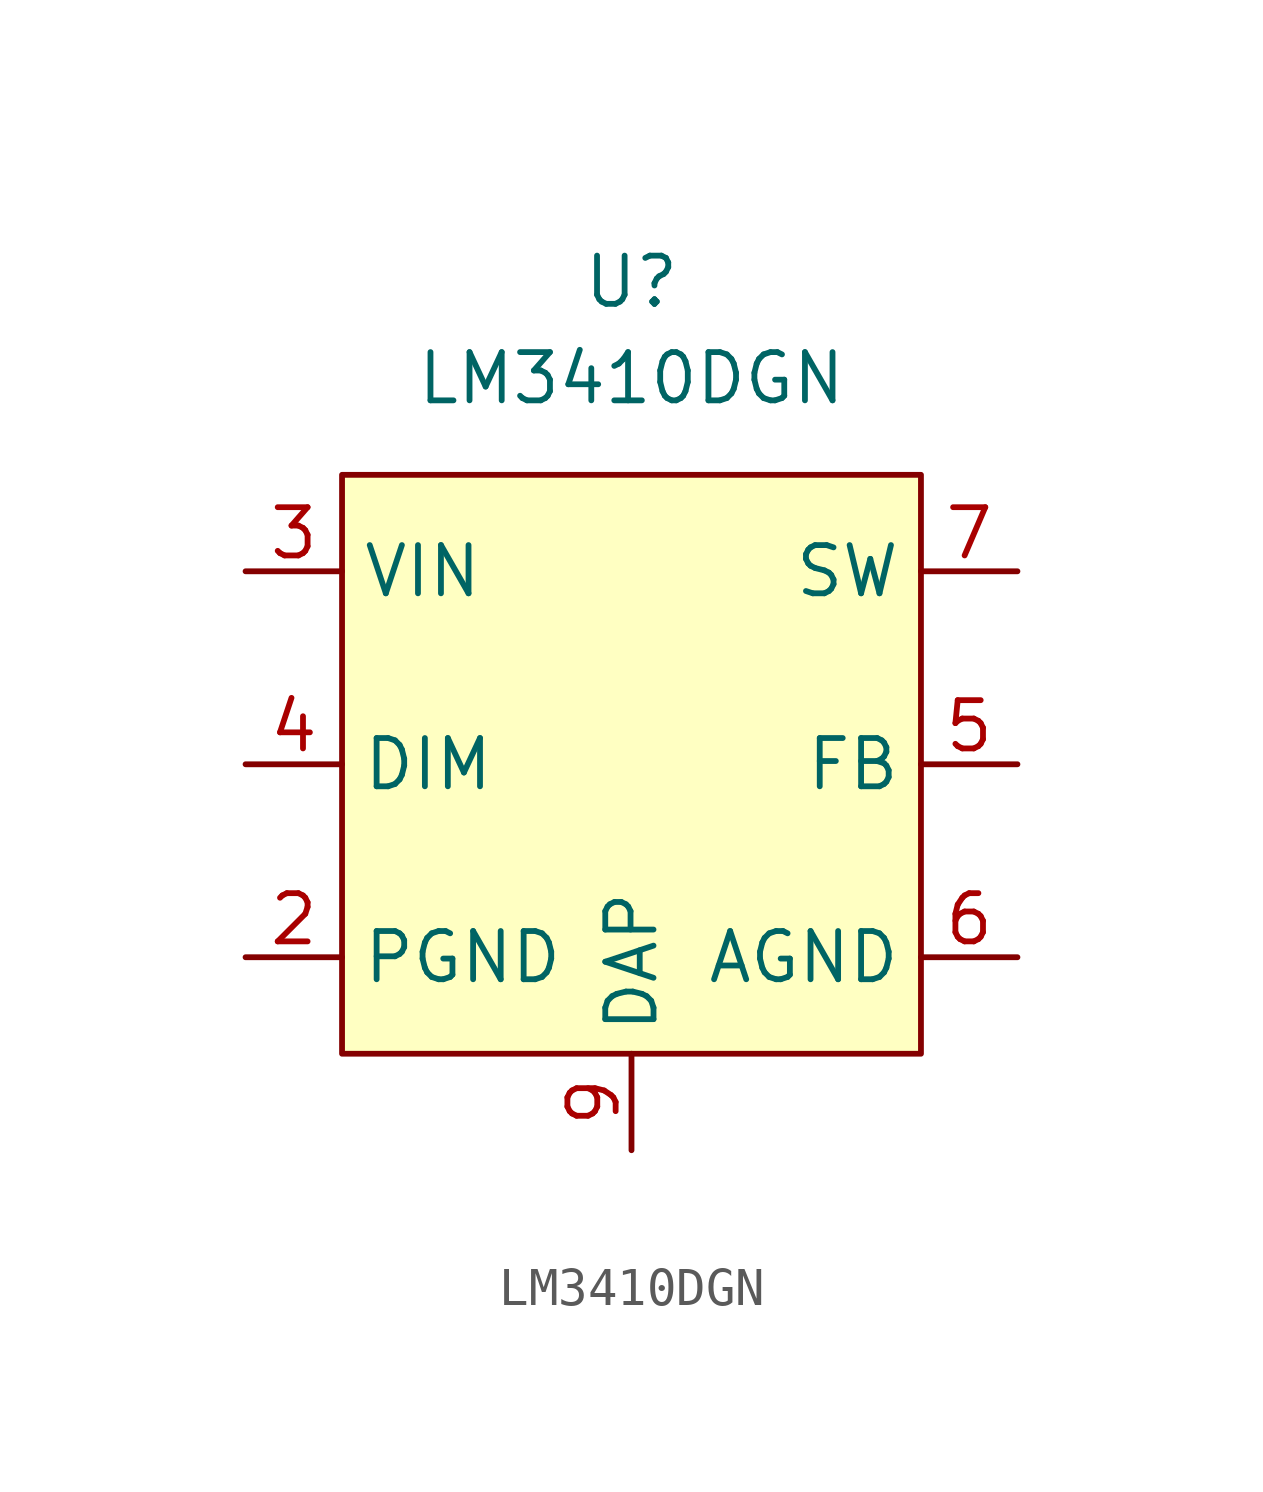
<source format=kicad_sym>
(kicad_symbol_lib
  (version 20220914)
  (generator kicad_symbol_editor)
  (symbol "LM3410DGN"
    (property "Reference" "U"
      (at 0 12.7 0)
      (effects (font (size 1.27 1.27))))
    (property "Value" "LM3410DGN"
      (at 0 10.16 0)
      (effects (font (size 1.27 1.27))))
    (symbol "LM3410DGN_1_1"
      (rectangle (start -7.62 7.62) (end 7.62 -7.62) (stroke (width 0) (type default)) (fill (type background)))
      (pin power_in line (at -10.16 -5.08 0) (length 2.54) (name "PGND" (effects (font (size 1.27 1.27)))) (number "2" (effects (font (size 1.27 1.27)))))
      (pin power_in line (at -10.16 5.08 0) (length 2.54) (name "VIN" (effects (font (size 1.27 1.27)))) (number "3" (effects (font (size 1.27 1.27)))))
      (pin input line (at -10.16 0 0) (length 2.54) (name "DIM" (effects (font (size 1.27 1.27)))) (number "4" (effects (font (size 1.27 1.27)))))
      (pin input line (at 10.16 0 180) (length 2.54) (name "FB" (effects (font (size 1.27 1.27)))) (number "5" (effects (font (size 1.27 1.27)))))
      (pin power_in line (at 10.16 -5.08 180) (length 2.54) (name "AGND" (effects (font (size 1.27 1.27)))) (number "6" (effects (font (size 1.27 1.27)))))
      (pin power_out line (at 10.16 5.08 180) (length 2.54) (name "SW" (effects (font (size 1.27 1.27)))) (number "7" (effects (font (size 1.27 1.27)))))
      (pin power_in line (at 0 -10.16 90) (length 2.54) (name "DAP" (effects (font (size 1.27 1.27)))) (number "9" (effects (font (size 1.27 1.27))))))))
</source>
